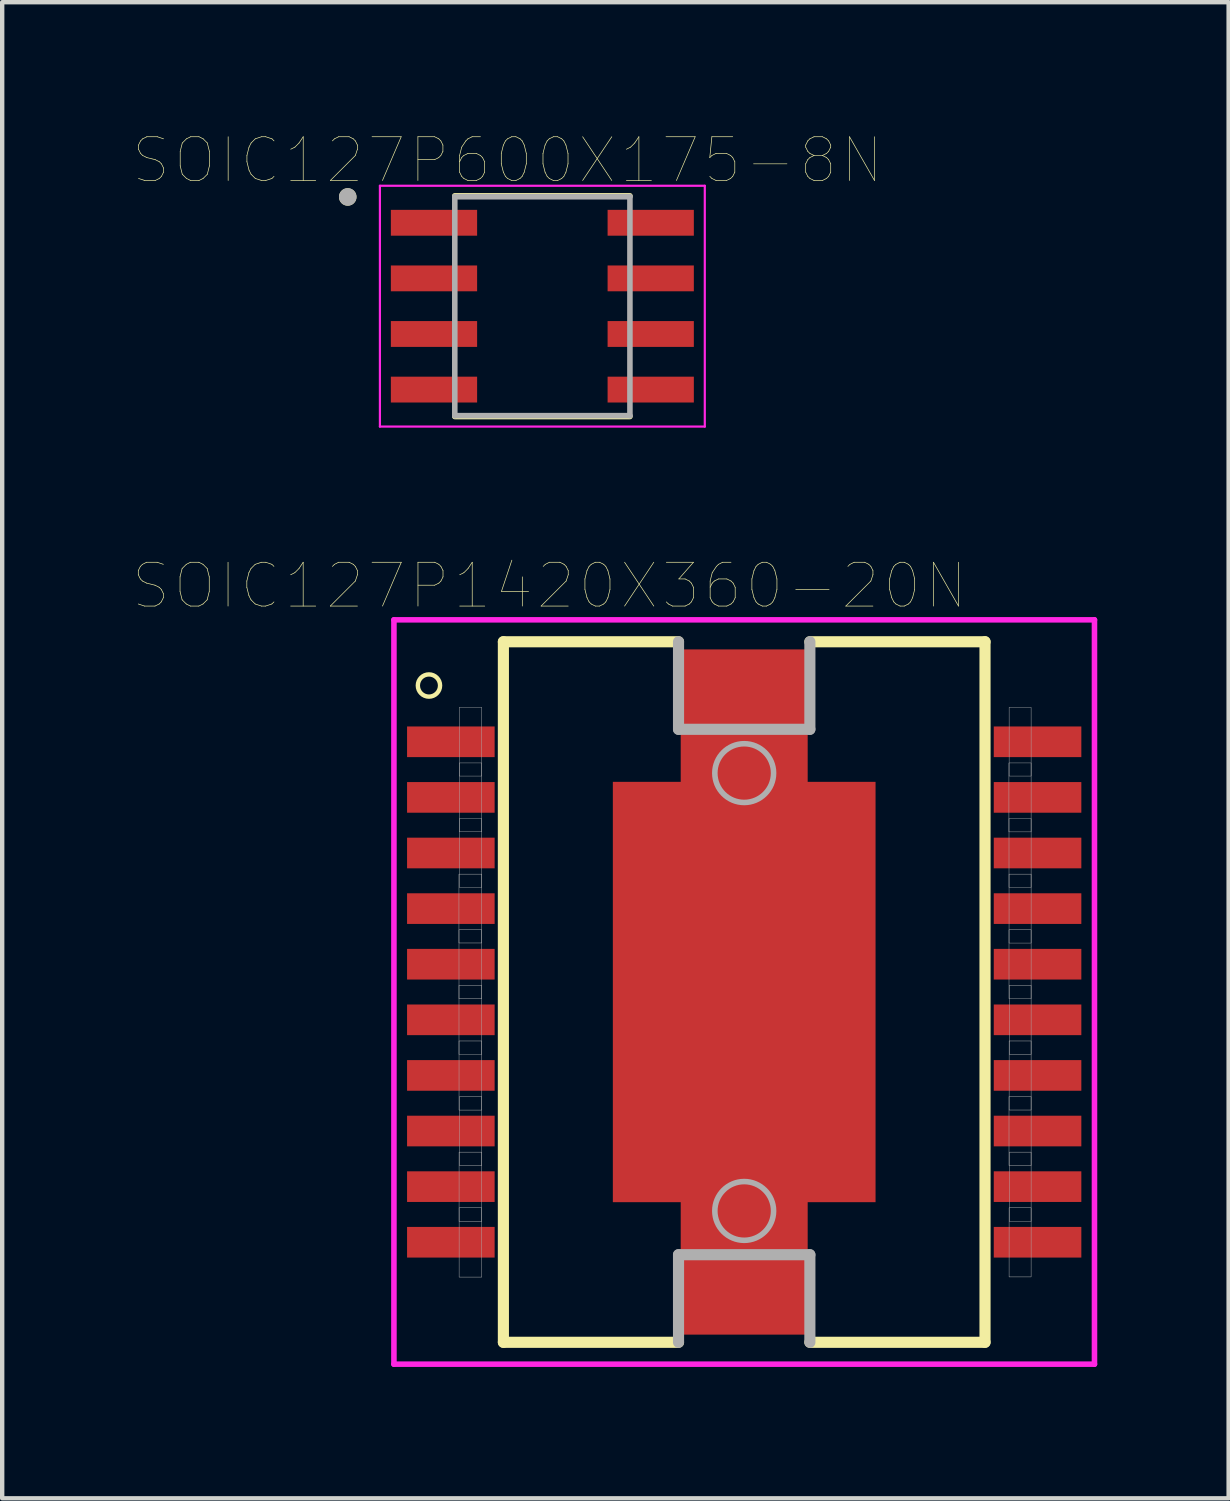
<source format=kicad_pcb>
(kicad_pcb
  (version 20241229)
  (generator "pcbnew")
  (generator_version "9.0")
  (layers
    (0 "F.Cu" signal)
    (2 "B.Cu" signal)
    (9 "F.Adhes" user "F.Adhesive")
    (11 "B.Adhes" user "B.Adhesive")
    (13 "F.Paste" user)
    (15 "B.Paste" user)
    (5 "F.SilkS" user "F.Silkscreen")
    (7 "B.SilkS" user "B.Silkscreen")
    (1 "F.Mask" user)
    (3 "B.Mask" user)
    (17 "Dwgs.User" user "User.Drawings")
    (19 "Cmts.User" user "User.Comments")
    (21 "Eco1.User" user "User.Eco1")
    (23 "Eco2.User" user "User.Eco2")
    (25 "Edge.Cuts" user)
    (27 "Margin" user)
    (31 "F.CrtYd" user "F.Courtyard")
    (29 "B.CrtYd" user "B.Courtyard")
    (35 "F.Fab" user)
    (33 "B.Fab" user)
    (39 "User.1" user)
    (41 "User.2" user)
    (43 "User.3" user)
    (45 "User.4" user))
  (footprint "SOIC127P600X175-8N"
    (layer "F.Cu")
    (at 9.337 3.943)
    (property "Reference" "SOIC127P600X175-8N" (at -0.795 -3.332 0) (layer "F.SilkS") (effects (font (size 1 1) (thickness 0.015))))
    (attr through_hole)
    (fp_line (start -2 -2.52) (end 2 -2.52) (stroke (width 0.127) (type solid)) (layer "F.SilkS"))
    (fp_line (start -2 2.52) (end 2 2.52) (stroke (width 0.127) (type solid)) (layer "F.SilkS"))
    (fp_circle (center -4.445 -2.495) (end -4.345 -2.495) (stroke (width 0.2) (type solid)) (fill no) (layer "F.SilkS"))
    (fp_line (start -3.71 -2.75) (end -3.71 2.75) (stroke (width 0.05) (type solid)) (layer "F.CrtYd"))
    (fp_line (start -3.71 -2.75) (end 3.71 -2.75) (stroke (width 0.05) (type solid)) (layer "F.CrtYd"))
    (fp_line (start -3.71 2.75) (end 3.71 2.75) (stroke (width 0.05) (type solid)) (layer "F.CrtYd"))
    (fp_line (start 3.71 -2.75) (end 3.71 2.75) (stroke (width 0.05) (type solid)) (layer "F.CrtYd"))
    (fp_line (start -2 -2.5) (end -2 2.5) (stroke (width 0.127) (type solid)) (layer "F.Fab"))
    (fp_line (start -2 -2.5) (end 2 -2.5) (stroke (width 0.127) (type solid)) (layer "F.Fab"))
    (fp_line (start -2 2.5) (end 2 2.5) (stroke (width 0.127) (type solid)) (layer "F.Fab"))
    (fp_line (start 2 -2.5) (end 2 2.5) (stroke (width 0.127) (type solid)) (layer "F.Fab"))
    (fp_circle (center -4.445 -2.495) (end -4.345 -2.495) (stroke (width 0.2) (type solid)) (fill no) (layer "F.Fab"))
    (pad "1" smd rect (at -2.475 -1.905) (size 1.97 0.59) (layers "F.Cu" "F.Mask" "F.Paste"))
    (pad "2" smd rect (at -2.475 -0.635) (size 1.97 0.59) (layers "F.Cu" "F.Mask" "F.Paste"))
    (pad "3" smd rect (at -2.475 0.635) (size 1.97 0.59) (layers "F.Cu" "F.Mask" "F.Paste"))
    (pad "4" smd rect (at -2.475 1.905) (size 1.97 0.59) (layers "F.Cu" "F.Mask" "F.Paste"))
    (pad "5" smd rect (at 2.475 1.905) (size 1.97 0.59) (layers "F.Cu" "F.Mask" "F.Paste"))
    (pad "6" smd rect (at 2.475 0.635) (size 1.97 0.59) (layers "F.Cu" "F.Mask" "F.Paste"))
    (pad "7" smd rect (at 2.475 -0.635) (size 1.97 0.59) (layers "F.Cu" "F.Mask" "F.Paste"))
    (pad "8" smd rect (at 2.475 -1.905) (size 1.97 0.59) (layers "F.Cu" "F.Mask" "F.Paste")))
  (footprint "SOIC127P1420X360-20N"
    (layer "F.Cu")
    (at 13.947 19.607)
    (property "Reference" "SOIC127P1420X360-20N" (at -4.448 -9.277 0) (layer "F.SilkS") (effects (font (size 1.001 1.001) (thickness 0.015))))
    (attr through_hole)
    (fp_line (start -5.5 8) (end -5.5 -8) (stroke (width 0.254) (type solid)) (layer "F.SilkS"))
    (fp_line (start -1.5 -8) (end -5.5 -8) (stroke (width 0.254) (type solid)) (layer "F.SilkS"))
    (fp_line (start -1.5 8) (end -5.5 8) (stroke (width 0.254) (type solid)) (layer "F.SilkS"))
    (fp_line (start 5.5 -8) (end 1.5 -8) (stroke (width 0.254) (type solid)) (layer "F.SilkS"))
    (fp_line (start 5.5 -8) (end 5.5 8) (stroke (width 0.254) (type solid)) (layer "F.SilkS"))
    (fp_line (start 5.5 8) (end 1.5 8) (stroke (width 0.254) (type solid)) (layer "F.SilkS"))
    (fp_circle (center -7.2 -7) (end -6.946 -7) (stroke (width 0.1) (type solid)) (fill no) (layer "F.SilkS"))
    (fp_poly (pts (xy -1.901 -3) (xy 1.9 -3) (xy 1.9 3.001) (xy -1.901 3.001)) (stroke (width 0.01) (type solid)) (fill yes) (layer "F.Paste"))
    (fp_line (start -8 -8.5) (end -8 8.5) (stroke (width 0.127) (type solid)) (layer "F.CrtYd"))
    (fp_line (start -8 8.5) (end 8 8.5) (stroke (width 0.127) (type solid)) (layer "F.CrtYd"))
    (fp_line (start 8 -8.5) (end -8 -8.5) (stroke (width 0.127) (type solid)) (layer "F.CrtYd"))
    (fp_line (start 8 8.5) (end 8 -8.5) (stroke (width 0.127) (type solid)) (layer "F.CrtYd"))
    (fp_line (start -1.5 -6) (end -1.5 -8) (stroke (width 0.254) (type solid)) (layer "F.Fab"))
    (fp_line (start -1.5 -6) (end 1.5 -6) (stroke (width 0.254) (type solid)) (layer "F.Fab"))
    (fp_line (start -1.5 6) (end 1.5 6) (stroke (width 0.254) (type solid)) (layer "F.Fab"))
    (fp_line (start -1.5 8) (end -1.5 6) (stroke (width 0.254) (type solid)) (layer "F.Fab"))
    (fp_line (start 1.5 -6) (end 1.5 -8) (stroke (width 0.254) (type solid)) (layer "F.Fab"))
    (fp_line (start 1.5 8) (end 1.5 6) (stroke (width 0.254) (type solid)) (layer "F.Fab"))
    (fp_circle (center 0 -5) (end 0.671 -5) (stroke (width 0.127) (type solid)) (fill no) (layer "F.Fab"))
    (fp_circle (center 0 5) (end 0.671 5) (stroke (width 0.127) (type solid)) (fill no) (layer "F.Fab"))
    (fp_poly (pts (xy -6.515 -2.692) (xy -5.994 -2.692) (xy -5.994 -1.12) (xy -6.515 -1.12)) (stroke (width 0.01) (type solid)) (fill no) (layer "F.Fab"))
    (fp_poly (pts (xy -6.514 -1.422) (xy -5.994 -1.422) (xy -5.994 0.153) (xy -6.514 0.153)) (stroke (width 0.01) (type solid)) (fill no) (layer "F.Fab"))
    (fp_poly (pts (xy -6.514 -0.152) (xy -5.994 -0.152) (xy -5.994 1.425) (xy -6.514 1.425)) (stroke (width 0.01) (type solid)) (fill no) (layer "F.Fab"))
    (fp_poly (pts (xy -6.513 1.118) (xy -5.994 1.118) (xy -5.994 2.697) (xy -6.513 2.697)) (stroke (width 0.01) (type solid)) (fill no) (layer "F.Fab"))
    (fp_poly (pts (xy -6.512 3.658) (xy -5.994 3.658) (xy -5.994 5.24) (xy -6.512 5.24)) (stroke (width 0.01) (type solid)) (fill no) (layer "F.Fab"))
    (fp_poly (pts (xy -6.511 4.928) (xy -5.994 4.928) (xy -5.994 6.511) (xy -6.511 6.511)) (stroke (width 0.01) (type solid)) (fill no) (layer "F.Fab"))
    (fp_poly (pts (xy -6.508 -5.232) (xy -5.994 -5.232) (xy -5.994 -3.661) (xy -6.508 -3.661)) (stroke (width 0.01) (type solid)) (fill no) (layer "F.Fab"))
    (fp_poly (pts (xy -6.508 -6.502) (xy -5.994 -6.502) (xy -5.994 -4.932) (xy -6.508 -4.932)) (stroke (width 0.01) (type solid)) (fill no) (layer "F.Fab"))
    (fp_poly (pts (xy -6.507 -3.962) (xy -5.994 -3.962) (xy -5.994 -2.389) (xy -6.507 -2.389)) (stroke (width 0.01) (type solid)) (fill no) (layer "F.Fab"))
    (fp_poly (pts (xy -6.505 2.388) (xy -5.994 2.388) (xy -5.994 3.964) (xy -6.505 3.964)) (stroke (width 0.01) (type solid)) (fill no) (layer "F.Fab"))
    (fp_poly (pts (xy 6.046 -5.232) (xy 6.553 -5.232) (xy 6.553 -3.658) (xy 6.046 -3.658)) (stroke (width 0.01) (type solid)) (fill no) (layer "F.Fab"))
    (fp_poly (pts (xy 6.048 2.388) (xy 6.553 2.388) (xy 6.553 3.964) (xy 6.048 3.964)) (stroke (width 0.01) (type solid)) (fill no) (layer "F.Fab"))
    (fp_poly (pts (xy 6.048 -3.962) (xy 6.553 -3.962) (xy 6.553 -2.389) (xy 6.048 -2.389)) (stroke (width 0.01) (type solid)) (fill no) (layer "F.Fab"))
    (fp_poly (pts (xy 6.048 -1.422) (xy 6.553 -1.422) (xy 6.553 0.152) (xy 6.048 0.152)) (stroke (width 0.01) (type solid)) (fill no) (layer "F.Fab"))
    (fp_poly (pts (xy 6.049 -2.692) (xy 6.553 -2.692) (xy 6.553 -1.118) (xy 6.049 -1.118)) (stroke (width 0.01) (type solid)) (fill no) (layer "F.Fab"))
    (fp_poly (pts (xy 6.05 4.928) (xy 6.553 4.928) (xy 6.553 6.507) (xy 6.05 6.507)) (stroke (width 0.01) (type solid)) (fill no) (layer "F.Fab"))
    (fp_poly (pts (xy 6.051 -6.502) (xy 6.553 -6.502) (xy 6.553 -4.932) (xy 6.051 -4.932)) (stroke (width 0.01) (type solid)) (fill no) (layer "F.Fab"))
    (fp_poly (pts (xy 6.051 1.118) (xy 6.553 1.118) (xy 6.553 2.695) (xy 6.051 2.695)) (stroke (width 0.01) (type solid)) (fill no) (layer "F.Fab"))
    (fp_poly (pts (xy 6.053 -0.152) (xy 6.553 -0.152) (xy 6.553 1.424) (xy 6.053 1.424)) (stroke (width 0.01) (type solid)) (fill no) (layer "F.Fab"))
    (fp_poly (pts (xy 6.056 3.658) (xy 6.553 3.658) (xy 6.553 5.242) (xy 6.056 5.242)) (stroke (width 0.01) (type solid)) (fill no) (layer "F.Fab"))
    (pad "1" smd rect (at -6.7 -5.715) (size 2 0.7) (layers "F.Cu" "F.Mask" "F.Paste"))
    (pad "2" smd rect (at -6.7 -4.445) (size 2 0.7) (layers "F.Cu" "F.Mask" "F.Paste"))
    (pad "3" smd rect (at -6.7 -3.175) (size 2 0.7) (layers "F.Cu" "F.Mask" "F.Paste"))
    (pad "4" smd rect (at -6.7 -1.905) (size 2 0.7) (layers "F.Cu" "F.Mask" "F.Paste"))
    (pad "5" smd rect (at -6.7 -0.635) (size 2 0.7) (layers "F.Cu" "F.Mask" "F.Paste"))
    (pad "6" smd rect (at -6.7 0.635) (size 2 0.7) (layers "F.Cu" "F.Mask" "F.Paste"))
    (pad "7" smd rect (at -6.7 1.905) (size 2 0.7) (layers "F.Cu" "F.Mask" "F.Paste"))
    (pad "8" smd rect (at -6.7 3.175) (size 2 0.7) (layers "F.Cu" "F.Mask" "F.Paste"))
    (pad "9" smd rect (at -6.7 4.445) (size 2 0.7) (layers "F.Cu" "F.Mask" "F.Paste"))
    (pad "10" smd rect (at -6.7 5.715) (size 2 0.7) (layers "F.Cu" "F.Mask" "F.Paste"))
    (pad "11" smd rect (at 6.7 5.715) (size 2 0.7) (layers "F.Cu" "F.Mask" "F.Paste"))
    (pad "12" smd rect (at 6.7 4.445) (size 2 0.7) (layers "F.Cu" "F.Mask" "F.Paste"))
    (pad "13" smd rect (at 6.7 3.175) (size 2 0.7) (layers "F.Cu" "F.Mask" "F.Paste"))
    (pad "14" smd rect (at 6.7 1.905) (size 2 0.7) (layers "F.Cu" "F.Mask" "F.Paste"))
    (pad "15" smd rect (at 6.7 0.635) (size 2 0.7) (layers "F.Cu" "F.Mask" "F.Paste"))
    (pad "16" smd rect (at 6.7 -0.635) (size 2 0.7) (layers "F.Cu" "F.Mask" "F.Paste"))
    (pad "17" smd rect (at 6.7 -1.905) (size 2 0.7) (layers "F.Cu" "F.Mask" "F.Paste"))
    (pad "18" smd rect (at 6.7 -3.175) (size 2 0.7) (layers "F.Cu" "F.Mask" "F.Paste"))
    (pad "19" smd rect (at 6.7 -4.445) (size 2 0.7) (layers "F.Cu" "F.Mask" "F.Paste"))
    (pad "20" smd rect (at 6.7 -5.715) (size 2 0.7) (layers "F.Cu" "F.Mask" "F.Paste"))
    (pad "21" smd rect (at 0 0) (size 6 9.6) (layers "F.Cu" "F.Mask"))
    (pad "22" smd rect (at 0 -6.3) (size 2.9 3.05) (layers "F.Cu" "F.Mask"))
    (pad "23" smd rect (at 0 6.3) (size 2.9 3.05) (layers "F.Cu" "F.Mask")))
  (gr_rect
    (start -3 -3)
    (end 25.011 31.17)
    (stroke (width 0.1) (type default))
    (fill no)
    (layer "Edge.Cuts")))
</source>
